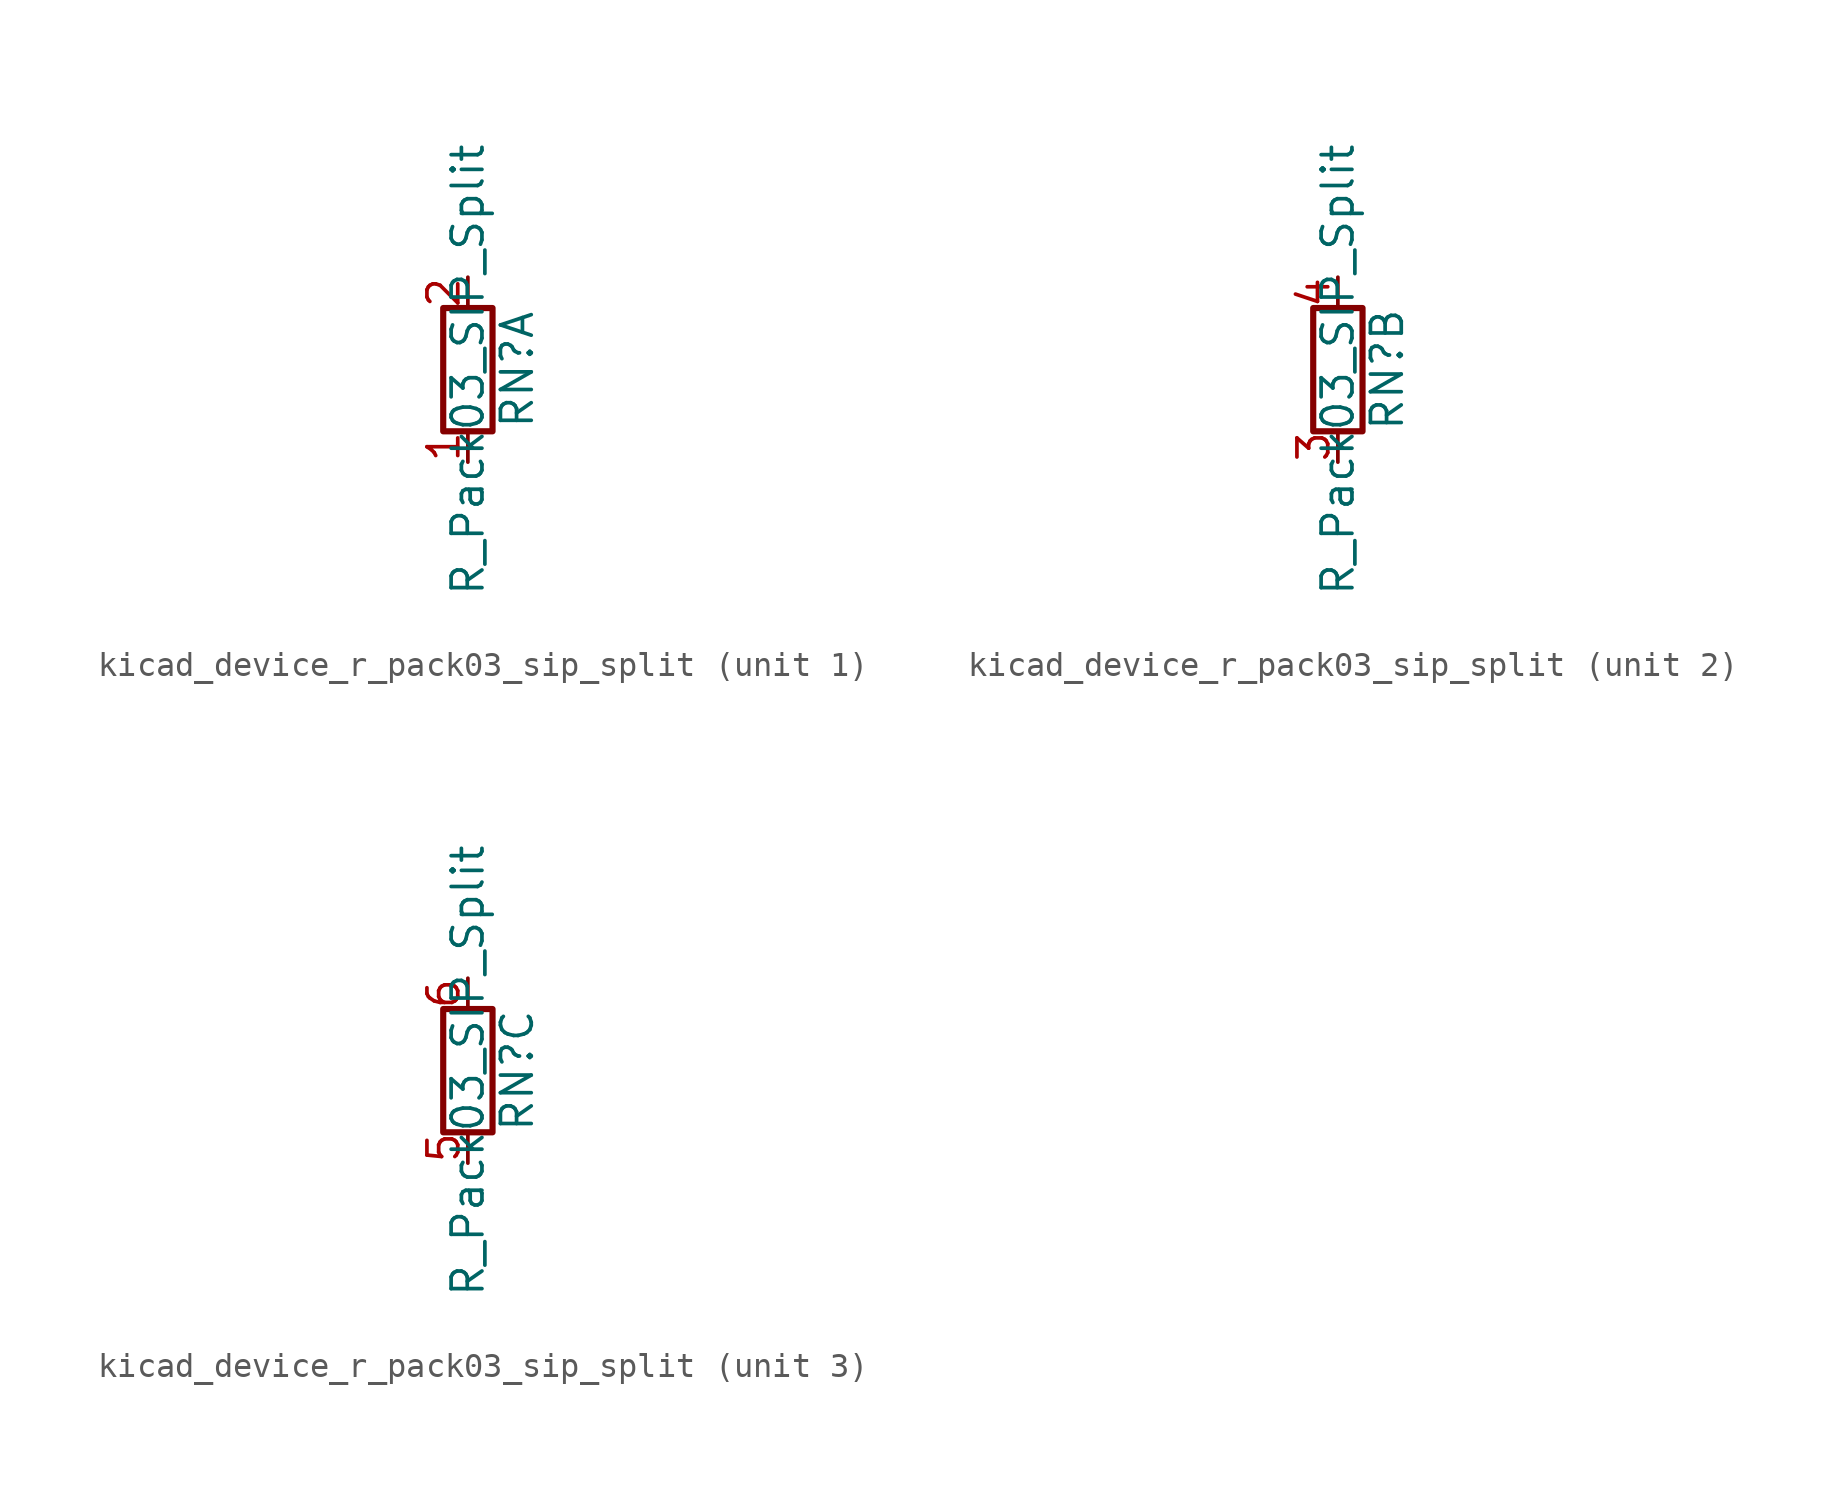
<source format=kicad_sym>
(kicad_symbol_lib
  (version 20220914)
  (generator kicad_symbol_editor)
  (symbol "kicad_device_r_pack03_sip_split"
    (pin_names
      (offset 0) hide)
    (property "Reference" "RN"
      (at 2.032 0 90)
      (effects (font (size 1.27 1.27))))
    (property "Value" "R_Pack03_SIP_Split"
      (at 0 0 90)
      (effects (font (size 1.27 1.27))))
    (symbol "kicad_device_r_pack03_sip_split_0_1"
      (rectangle (start 1.016 2.54) (end -1.016 -2.54) (stroke (width 0.254) (type default)) (fill (type none))))
    (symbol "kicad_device_r_pack03_sip_split_1_1"
      (pin passive line (at 0 -3.81 90) (length 1.27) (name "R1.1" (effects (font (size 1.27 1.27)))) (number "1" (effects (font (size 1.27 1.27)))))
      (pin passive line (at 0 3.81 270) (length 1.27) (name "R1.2" (effects (font (size 1.27 1.27)))) (number "2" (effects (font (size 1.27 1.27))))))
    (symbol "kicad_device_r_pack03_sip_split_2_1"
      (pin passive line (at 0 -3.81 90) (length 1.27) (name "R2.1" (effects (font (size 1.27 1.27)))) (number "3" (effects (font (size 1.27 1.27)))))
      (pin passive line (at 0 3.81 270) (length 1.27) (name "R2.2" (effects (font (size 1.27 1.27)))) (number "4" (effects (font (size 1.27 1.27))))))
    (symbol "kicad_device_r_pack03_sip_split_3_1"
      (pin passive line (at 0 -3.81 90) (length 1.27) (name "R3.1" (effects (font (size 1.27 1.27)))) (number "5" (effects (font (size 1.27 1.27)))))
      (pin passive line (at 0 3.81 270) (length 1.27) (name "R3.2" (effects (font (size 1.27 1.27)))) (number "6" (effects (font (size 1.27 1.27))))))))
</source>
